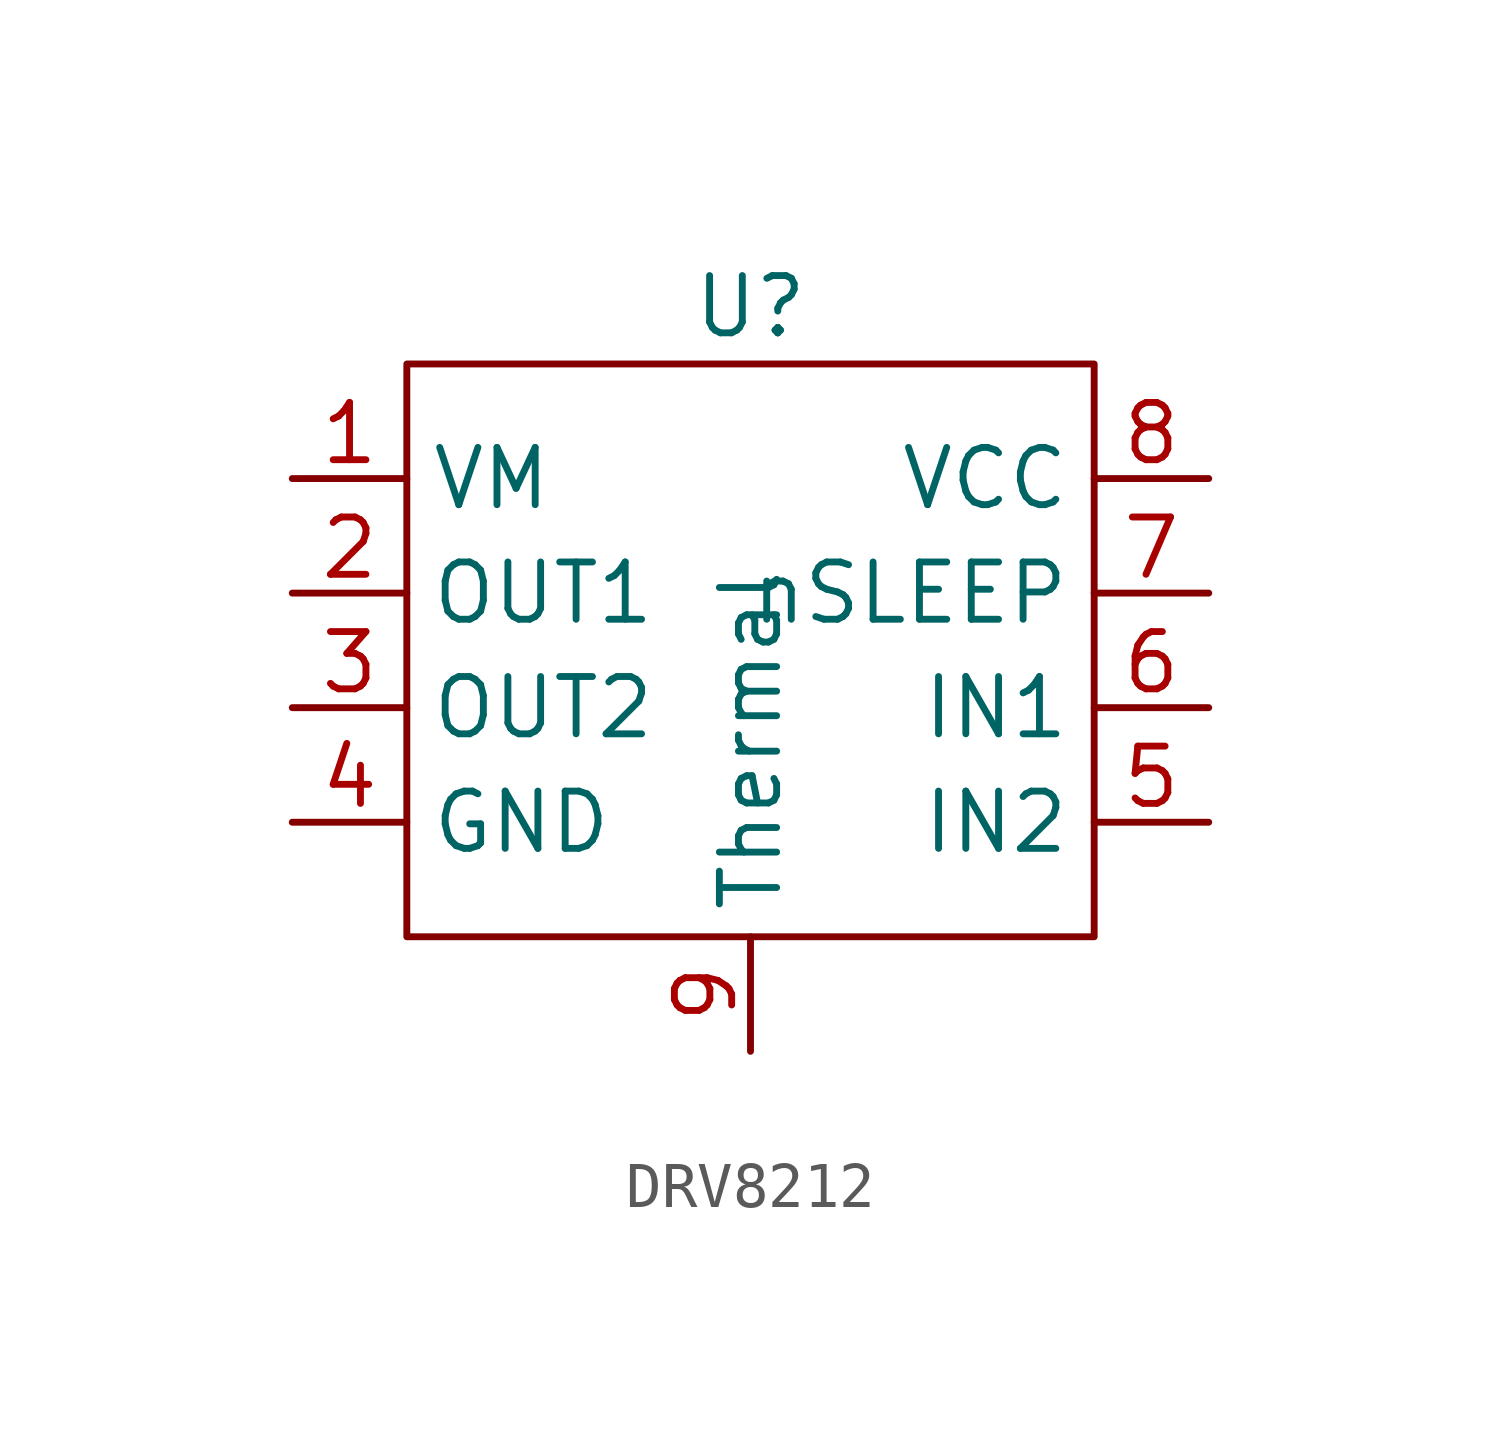
<source format=kicad_sym>
(kicad_symbol_lib
  (version 20220914)
  (generator kicad_symbol_editor)
  (symbol "DRV8212"
    (property "Reference" "U"
      (at 0 7.62 0)
      (effects (font (size 1.27 1.27))))
    (property "Value" ""
      (at 0 0 0)
      (effects (font (size 1.27 1.27))))
    (symbol "DRV8212_0_1"
      (rectangle (start 7.62 -6.35) (end -7.62 6.35) (stroke (width 0) (type default)) (fill (type none))))
    (symbol "DRV8212_1_1"
      (pin power_in line (at -10.16 3.81 0) (length 2.54) (name "VM" (effects (font (size 1.27 1.27)))) (number "1" (effects (font (size 1.27 1.27)))))
      (pin power_out line (at -10.16 1.27 0) (length 2.54) (name "OUT1" (effects (font (size 1.27 1.27)))) (number "2" (effects (font (size 1.27 1.27)))))
      (pin power_out line (at -10.16 -1.27 0) (length 2.54) (name "OUT2" (effects (font (size 1.27 1.27)))) (number "3" (effects (font (size 1.27 1.27)))))
      (pin power_in line (at -10.16 -3.81 0) (length 2.54) (name "GND" (effects (font (size 1.27 1.27)))) (number "4" (effects (font (size 1.27 1.27)))))
      (pin input line (at 10.16 -3.81 180) (length 2.54) (name "IN2" (effects (font (size 1.27 1.27)))) (number "5" (effects (font (size 1.27 1.27)))))
      (pin input line (at 10.16 -1.27 180) (length 2.54) (name "IN1" (effects (font (size 1.27 1.27)))) (number "6" (effects (font (size 1.27 1.27)))))
      (pin input line (at 10.16 1.27 180) (length 2.54) (name "nSLEEP" (effects (font (size 1.27 1.27)))) (number "7" (effects (font (size 1.27 1.27)))))
      (pin power_in line (at 10.16 3.81 180) (length 2.54) (name "VCC" (effects (font (size 1.27 1.27)))) (number "8" (effects (font (size 1.27 1.27)))))
      (pin power_in line (at 0 -8.89 90) (length 2.54) (name "Thermal" (effects (font (size 1.27 1.27)))) (number "9" (effects (font (size 1.27 1.27))))))))
</source>
